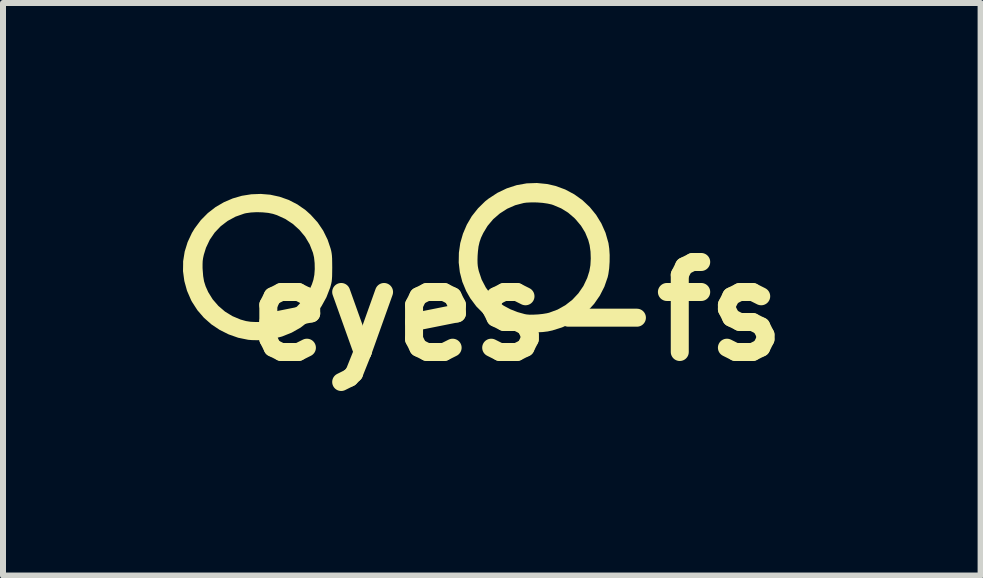
<source format=kicad_pcb>
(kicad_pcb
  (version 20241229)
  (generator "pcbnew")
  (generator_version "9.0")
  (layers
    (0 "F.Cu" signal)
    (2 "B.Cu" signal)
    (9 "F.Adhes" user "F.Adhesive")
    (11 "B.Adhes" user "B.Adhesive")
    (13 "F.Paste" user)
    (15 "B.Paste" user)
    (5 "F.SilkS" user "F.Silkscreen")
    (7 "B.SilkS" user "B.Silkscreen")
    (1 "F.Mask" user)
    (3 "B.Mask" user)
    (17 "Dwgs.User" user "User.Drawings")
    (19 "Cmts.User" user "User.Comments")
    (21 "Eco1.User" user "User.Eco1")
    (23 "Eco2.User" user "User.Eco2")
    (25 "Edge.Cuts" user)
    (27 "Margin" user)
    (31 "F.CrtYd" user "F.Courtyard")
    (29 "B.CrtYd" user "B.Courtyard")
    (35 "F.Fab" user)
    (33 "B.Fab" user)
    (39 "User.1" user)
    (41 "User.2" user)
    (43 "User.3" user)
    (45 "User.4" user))
  (footprint "eyes-fs"
    (layer "F.Cu")
    (at 5.565 2.138)
    (property "Reference" "eyes-fs" (at 0 0 0) (layer "F.SilkS") (effects (font (size 1.5 1.5) (thickness 0.3))))
    (attr board_only exclude_from_pos_files exclude_from_bom)
    (fp_poly (pts (xy 0.504 -2.121) (xy 0.644 -2.089) (xy 0.805 -2.03) (xy 0.955 -1.95) (xy 1.092 -1.852) (xy 1.214 -1.737) (xy 1.32 -1.607) (xy 1.408 -1.463) (xy 1.477 -1.308) (xy 1.524 -1.143) (xy 1.526 -1.135) (xy 1.539 -1.043) (xy 1.546 -0.937) (xy 1.545 -0.826) (xy 1.538 -0.717) (xy 1.524 -0.619) (xy 1.513 -0.569) (xy 1.458 -0.41) (xy 1.382 -0.261) (xy 1.287 -0.124) (xy 1.175 -0.001) (xy 1.048 0.106) (xy 0.907 0.197) (xy 0.754 0.268) (xy 0.592 0.319) (xy 0.513 0.336) (xy 0.429 0.346) (xy 0.331 0.351) (xy 0.23 0.351) (xy 0.133 0.346) (xy 0.053 0.335) (xy -0.116 0.293) (xy -0.275 0.229) (xy -0.422 0.144) (xy -0.556 0.04) (xy -0.676 -0.081) (xy -0.778 -0.218) (xy -0.846 -0.338) (xy -0.91 -0.492) (xy -0.951 -0.651) (xy -0.97 -0.813) (xy -0.969 -0.855) (xy -0.657 -0.855) (xy -0.656 -0.8) (xy -0.652 -0.754) (xy -0.644 -0.709) (xy -0.635 -0.67) (xy -0.588 -0.529) (xy -0.519 -0.397) (xy -0.432 -0.276) (xy -0.328 -0.171) (xy -0.315 -0.16) (xy -0.22 -0.093) (xy -0.108 -0.033) (xy 0.012 0.014) (xy 0.131 0.047) (xy 0.165 0.053) (xy 0.215 0.057) (xy 0.282 0.056) (xy 0.357 0.052) (xy 0.431 0.044) (xy 0.498 0.033) (xy 0.536 0.024) (xy 0.677 -0.028) (xy 0.807 -0.101) (xy 0.924 -0.192) (xy 1.024 -0.299) (xy 1.108 -0.421) (xy 1.172 -0.556) (xy 1.208 -0.67) (xy 1.225 -0.769) (xy 1.231 -0.88) (xy 1.227 -0.994) (xy 1.212 -1.102) (xy 1.189 -1.188) (xy 1.137 -1.314) (xy 1.068 -1.426) (xy 0.979 -1.532) (xy 0.958 -1.554) (xy 0.853 -1.644) (xy 0.738 -1.715) (xy 0.608 -1.77) (xy 0.579 -1.78) (xy 0.511 -1.795) (xy 0.428 -1.807) (xy 0.336 -1.814) (xy 0.245 -1.815) (xy 0.161 -1.811) (xy 0.115 -1.805) (xy -0.027 -1.768) (xy -0.162 -1.709) (xy -0.285 -1.63) (xy -0.396 -1.534) (xy -0.49 -1.422) (xy -0.561 -1.304) (xy -0.598 -1.226) (xy -0.623 -1.153) (xy -0.64 -1.079) (xy -0.65 -0.995) (xy -0.655 -0.926) (xy -0.657 -0.855) (xy -0.969 -0.855) (xy -0.967 -0.976) (xy -0.944 -1.137) (xy -0.899 -1.293) (xy -0.835 -1.443) (xy -0.752 -1.585) (xy -0.649 -1.715) (xy -0.529 -1.833) (xy -0.473 -1.877) (xy -0.325 -1.974) (xy -0.168 -2.049) (xy -0.005 -2.102) (xy 0.163 -2.132) (xy 0.333 -2.138)) (stroke (width 0) (type solid)) (fill yes) (layer "F.SilkS"))
    (fp_poly (pts (xy -4.111 -1.943) (xy -3.955 -1.909) (xy -3.804 -1.856) (xy -3.66 -1.782) (xy -3.525 -1.688) (xy -3.437 -1.609) (xy -3.321 -1.481) (xy -3.228 -1.343) (xy -3.155 -1.194) (xy -3.106 -1.048) (xy -3.095 -1.007) (xy -3.088 -0.969) (xy -3.083 -0.928) (xy -3.08 -0.88) (xy -3.079 -0.818) (xy -3.078 -0.738) (xy -3.078 -0.725) (xy -3.079 -0.645) (xy -3.08 -0.584) (xy -3.083 -0.536) (xy -3.087 -0.497) (xy -3.094 -0.462) (xy -3.104 -0.425) (xy -3.112 -0.396) (xy -3.175 -0.233) (xy -3.257 -0.084) (xy -3.357 0.052) (xy -3.475 0.171) (xy -3.607 0.273) (xy -3.754 0.356) (xy -3.914 0.42) (xy -4.051 0.456) (xy -4.135 0.47) (xy -4.23 0.478) (xy -4.328 0.482) (xy -4.419 0.48) (xy -4.479 0.475) (xy -4.645 0.441) (xy -4.804 0.385) (xy -4.954 0.31) (xy -5.093 0.217) (xy -5.217 0.107) (xy -5.325 -0.018) (xy -5.414 -0.156) (xy -5.429 -0.183) (xy -5.498 -0.342) (xy -5.543 -0.505) (xy -5.565 -0.669) (xy -5.563 -0.786) (xy -5.239 -0.786) (xy -5.239 -0.722) (xy -5.237 -0.689) (xy -5.229 -0.586) (xy -5.214 -0.498) (xy -5.188 -0.416) (xy -5.15 -0.331) (xy -5.147 -0.323) (xy -5.071 -0.2) (xy -4.976 -0.09) (xy -4.865 0.005) (xy -4.741 0.081) (xy -4.605 0.138) (xy -4.515 0.163) (xy -4.437 0.175) (xy -4.346 0.179) (xy -4.25 0.177) (xy -4.158 0.168) (xy -4.077 0.153) (xy -4.053 0.146) (xy -3.909 0.089) (xy -3.778 0.012) (xy -3.662 -0.082) (xy -3.561 -0.191) (xy -3.479 -0.313) (xy -3.417 -0.448) (xy -3.392 -0.524) (xy -3.376 -0.607) (xy -3.369 -0.703) (xy -3.371 -0.803) (xy -3.381 -0.898) (xy -3.399 -0.975) (xy -3.454 -1.115) (xy -3.53 -1.243) (xy -3.625 -1.357) (xy -3.736 -1.457) (xy -3.861 -1.539) (xy -3.999 -1.602) (xy -4.067 -1.624) (xy -4.145 -1.64) (xy -4.238 -1.649) (xy -4.336 -1.652) (xy -4.431 -1.647) (xy -4.516 -1.635) (xy -4.545 -1.628) (xy -4.69 -1.577) (xy -4.821 -1.506) (xy -4.937 -1.417) (xy -5.037 -1.312) (xy -5.119 -1.192) (xy -5.182 -1.059) (xy -5.218 -0.943) (xy -5.23 -0.888) (xy -5.237 -0.838) (xy -5.239 -0.786) (xy -5.563 -0.786) (xy -5.563 -0.833) (xy -5.537 -0.995) (xy -5.488 -1.153) (xy -5.416 -1.307) (xy -5.369 -1.384) (xy -5.267 -1.52) (xy -5.151 -1.637) (xy -5.022 -1.737) (xy -4.883 -1.818) (xy -4.736 -1.881) (xy -4.584 -1.925) (xy -4.427 -1.95) (xy -4.269 -1.956)) (stroke (width 0) (type solid)) (fill yes) (layer "F.SilkS")))
  (gr_rect
    (start -3 -3)
    (end 13.293 6.542)
    (stroke (width 0.1) (type default))
    (fill no)
    (layer "Edge.Cuts")))
</source>
